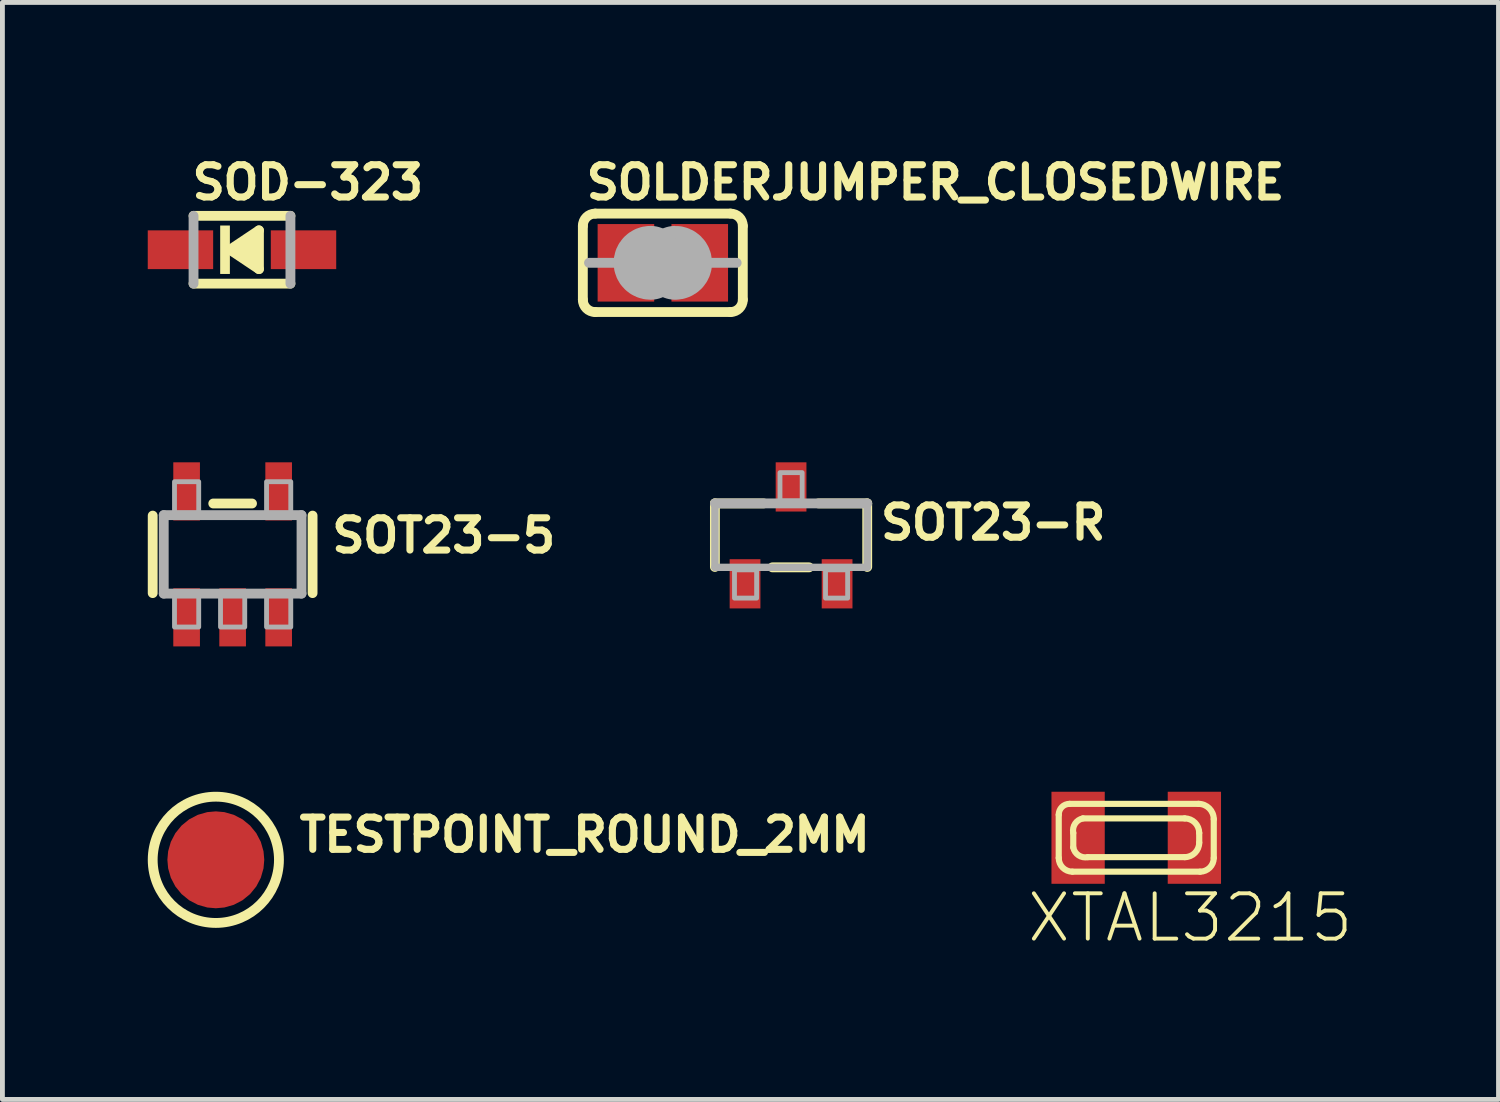
<source format=kicad_pcb>
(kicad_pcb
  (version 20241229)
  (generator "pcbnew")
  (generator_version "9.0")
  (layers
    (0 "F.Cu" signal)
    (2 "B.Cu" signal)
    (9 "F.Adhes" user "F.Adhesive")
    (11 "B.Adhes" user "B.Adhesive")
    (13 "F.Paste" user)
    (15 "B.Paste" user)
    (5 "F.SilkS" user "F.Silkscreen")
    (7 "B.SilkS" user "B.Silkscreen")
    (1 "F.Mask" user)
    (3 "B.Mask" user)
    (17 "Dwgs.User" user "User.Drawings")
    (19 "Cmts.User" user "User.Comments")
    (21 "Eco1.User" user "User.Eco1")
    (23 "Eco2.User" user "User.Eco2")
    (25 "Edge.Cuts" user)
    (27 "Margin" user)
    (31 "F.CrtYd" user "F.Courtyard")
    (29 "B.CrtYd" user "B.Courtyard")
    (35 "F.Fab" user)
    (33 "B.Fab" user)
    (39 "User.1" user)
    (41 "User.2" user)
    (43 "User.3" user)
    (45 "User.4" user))
  (footprint "SOD-323"
    (layer "F.Cu")
    (at 1.945 2.105)
    (property "Reference" "SOD-323" (at -1.1 -1 0) (unlocked yes) (layer "F.SilkS") (effects (font (size 0.666 0.666) (thickness 0.146)) (justify left bottom)))
    (fp_line (start -1 -0.7) (end 1 -0.7) (stroke (width 0.203) (type solid)) (layer "F.SilkS"))
    (fp_line (start -0.25 0) (end 0.35 -0.4) (stroke (width 0.203) (type solid)) (layer "F.SilkS"))
    (fp_line (start 0.35 -0.4) (end 0.35 0.4) (stroke (width 0.203) (type solid)) (layer "F.SilkS"))
    (fp_line (start 0.35 0.4) (end -0.25 0) (stroke (width 0.203) (type solid)) (layer "F.SilkS"))
    (fp_line (start 1 0.7) (end -1 0.7) (stroke (width 0.203) (type solid)) (layer "F.SilkS"))
    (fp_poly (pts (xy 0.302 0.39) (xy -0.283 0) (xy 0.302 -0.39)) (stroke (width 0) (type default)) (fill yes) (layer "F.SilkS"))
    (fp_poly (pts (xy -0.45 0.5) (xy -0.25 0.5) (xy -0.25 -0.5) (xy -0.45 -0.5)) (stroke (width 0) (type default)) (fill yes) (layer "F.SilkS"))
    (fp_line (start -1 0.7) (end -1 -0.7) (stroke (width 0.203) (type solid)) (layer "F.Fab"))
    (fp_line (start 1 -0.7) (end 1 0.7) (stroke (width 0.203) (type solid)) (layer "F.Fab"))
    (pad "A" smd rect (at 1.27 0) (size 1.35 0.8) (layers "F.Cu" "F.Mask" "F.Paste"))
    (pad "C" smd rect (at -1.27 0) (size 1.35 0.8) (layers "F.Cu" "F.Mask" "F.Paste")))
  (footprint "SOLDERJUMPER_CLOSEDWIRE"
    (layer "F.Cu")
    (at 10.632 2.375)
    (property "Reference" "SOLDERJUMPER_CLOSEDWIRE" (at -1.651 -1.27 0) (unlocked yes) (layer "F.SilkS") (effects (font (size 0.666 0.666) (thickness 0.146)) (justify left bottom)))
    (fp_poly (pts (xy 1.397 0.889) (xy -1.397 0.889) (xy -1.397 -0.889) (xy 1.397 -0.889)) (stroke (width 0) (type default)) (fill yes) (layer "F.Mask"))
    (fp_line (start -1.651 0.762) (end -1.651 -0.762) (stroke (width 0.203) (type solid)) (layer "F.SilkS"))
    (fp_line (start -1.397 -1.016) (end 1.397 -1.016) (stroke (width 0.203) (type solid)) (layer "F.SilkS"))
    (fp_line (start 1.397 1.016) (end -1.397 1.016) (stroke (width 0.203) (type solid)) (layer "F.SilkS"))
    (fp_line (start 1.651 0.762) (end 1.651 -0.762) (stroke (width 0.203) (type solid)) (layer "F.SilkS"))
    (fp_arc (start -1.651 -0.762) (mid -1.576605 -0.941605) (end -1.397 -1.016) (stroke (width 0.2032) (type solid)) (layer "F.SilkS"))
    (fp_arc (start -1.397 1.016) (mid -1.576605 0.941605) (end -1.651 0.762) (stroke (width 0.2032) (type solid)) (layer "F.SilkS"))
    (fp_arc (start 1.397 -1.016) (mid 1.576605 -0.941605) (end 1.651 -0.762) (stroke (width 0.2032) (type solid)) (layer "F.SilkS"))
    (fp_arc (start 1.651 0.762) (mid 1.576605 0.941605) (end 1.397 1.016) (stroke (width 0.2032) (type solid)) (layer "F.SilkS"))
    (fp_line (start -1.016 0) (end -1.524 0) (stroke (width 0.203) (type solid)) (layer "F.Fab"))
    (fp_line (start 1.016 0) (end 1.524 0) (stroke (width 0.203) (type solid)) (layer "F.Fab"))
    (fp_arc (start -0.254 0.127) (mid -0.381 0) (end -0.254 -0.127) (stroke (width 1.27) (type solid)) (layer "F.Fab"))
    (fp_arc (start 0.254 -0.127) (mid 0.381 0) (end 0.254 0.127) (stroke (width 1.27) (type solid)) (layer "F.Fab"))
    (pad "1" smd rect (at -0.762 0) (size 1.168 1.6) (layers "F.Cu" "F.Mask"))
    (pad "2" smd rect (at 0.762 0) (size 1.168 1.6) (layers "F.Cu" "F.Mask"))
    (pad "WIRE" smd rect (at 0 0) (size 0.635 0.203) (layers "F.Cu" "F.Mask")))
  (footprint "TESTPOINT_ROUND_2MM"
    (layer "F.Cu")
    (at 1.405 14.698)
    (property "Reference" "TESTPOINT_ROUND_2MM" (at 1.651 -0.127 0) (unlocked yes) (layer "F.SilkS") (effects (font (size 0.666 0.666) (thickness 0.146)) (justify left bottom)))
    (fp_circle (center 0 0) (end 1.303 0) (stroke (width 0.203) (type solid)) (fill no) (layer "F.SilkS"))
    (pad "P$1" smd roundrect (at 0 0) (size 2 2) (layers "F.Cu" "F.Mask") (roundrect_rratio 0.5)))
  (footprint "XTAL3215"
    (layer "F.Cu")
    (at 20.404 14.243)
    (property "Reference" "XTAL3215" (at -2.3 2.2 0) (unlocked yes) (layer "F.SilkS") (effects (font (size 0.935 0.935) (thickness 0.081)) (justify left bottom)))
    (fp_line (start -1.6 0.417) (end -1.6 -0.476) (stroke (width 0.127) (type solid)) (layer "F.SilkS"))
    (fp_line (start -1.376 -0.7) (end 1.284 -0.7) (stroke (width 0.127) (type solid)) (layer "F.SilkS"))
    (fp_line (start -1.3 0.2) (end -1.3 -0.1) (stroke (width 0.127) (type solid)) (layer "F.SilkS"))
    (fp_line (start -1.1 -0.4) (end 1 -0.4) (stroke (width 0.127) (type solid)) (layer "F.SilkS"))
    (fp_line (start 1 0.4) (end -1 0.4) (stroke (width 0.127) (type solid)) (layer "F.SilkS"))
    (fp_line (start 1.3 -0.1) (end 1.3 0.1) (stroke (width 0.127) (type solid)) (layer "F.SilkS"))
    (fp_line (start 1.317 0.7) (end -1.317 0.7) (stroke (width 0.127) (type solid)) (layer "F.SilkS"))
    (fp_line (start 1.6 -0.384) (end 1.6 0.417) (stroke (width 0.127) (type solid)) (layer "F.SilkS"))
    (fp_arc (start -1.6 -0.4764) (mid -1.534509 -0.634509) (end -1.3764 -0.7) (stroke (width 0.127) (type solid)) (layer "F.SilkS"))
    (fp_arc (start -1.3172 0.7) (mid -1.51717 0.61717) (end -1.6 0.4172) (stroke (width 0.127) (type solid)) (layer "F.SilkS"))
    (fp_arc (start -1.3 -0.1) (mid -1.262161 -0.291441) (end -1.099999 -0.399999) (stroke (width 0.127) (type solid)) (layer "F.SilkS"))
    (fp_arc (start -1 0.4) (mid -1.191422 0.362132) (end -1.300001 0.199999) (stroke (width 0.127) (type solid)) (layer "F.SilkS"))
    (fp_arc (start 1 -0.4) (mid 1.212103 -0.312103) (end 1.3 -0.1) (stroke (width 0.127) (type solid)) (layer "F.SilkS"))
    (fp_arc (start 1.2838 -0.7) (mid 1.507387 -0.607387) (end 1.6 -0.3838) (stroke (width 0.127) (type solid)) (layer "F.SilkS"))
    (fp_arc (start 1.3 0.1) (mid 1.212131 0.312132) (end 0.999999 0.399999) (stroke (width 0.127) (type solid)) (layer "F.SilkS"))
    (fp_arc (start 1.6 0.4172) (mid 1.51717 0.61717) (end 1.3172 0.7) (stroke (width 0.127) (type solid)) (layer "F.SilkS"))
    (pad "P$1" smd rect (at 1.2 0) (size 1.1 1.9) (layers "F.Cu" "F.Mask" "F.Paste"))
    (pad "P$2" smd rect (at -1.2 0 180) (size 1.1 1.9) (layers "F.Cu" "F.Mask" "F.Paste")))
  (footprint "SOT23-R"
    (layer "F.Cu")
    (at 13.279 8.001)
    (property "Reference" "SOT23-R" (at 1.778 0.127 0) (unlocked yes) (layer "F.SilkS") (effects (font (size 0.666 0.666) (thickness 0.146)) (justify left bottom)))
    (fp_line (start -1.572 -0.66) (end -0.564 -0.66) (stroke (width 0.203) (type solid)) (layer "F.SilkS"))
    (fp_line (start -1.572 0.652) (end -1.572 -0.66) (stroke (width 0.203) (type solid)) (layer "F.SilkS"))
    (fp_line (start 0.372 0.66) (end -0.386 0.66) (stroke (width 0.203) (type solid)) (layer "F.SilkS"))
    (fp_line (start 0.564 -0.66) (end 1.572 -0.66) (stroke (width 0.203) (type solid)) (layer "F.SilkS"))
    (fp_line (start 1.572 -0.66) (end 1.572 0.652) (stroke (width 0.203) (type solid)) (layer "F.SilkS"))
    (fp_line (start -1.572 -0.66) (end 1.572 -0.66) (stroke (width 0.203) (type solid)) (layer "F.Fab"))
    (fp_line (start -1.572 0.66) (end -1.572 -0.66) (stroke (width 0.152) (type solid)) (layer "F.Fab"))
    (fp_line (start 1.572 -0.66) (end 1.572 0.66) (stroke (width 0.152) (type solid)) (layer "F.Fab"))
    (fp_line (start 1.572 0.66) (end -1.572 0.66) (stroke (width 0.152) (type solid)) (layer "F.Fab"))
    (fp_poly (pts (xy -1.168 1.295) (xy -0.711 1.295) (xy -0.711 0.711) (xy -1.168 0.711)) (stroke (width 0.1) (type default)) (fill no) (layer "F.Fab"))
    (fp_poly (pts (xy -0.229 -0.711) (xy 0.229 -0.711) (xy 0.229 -1.295) (xy -0.229 -1.295)) (stroke (width 0.1) (type default)) (fill no) (layer "F.Fab"))
    (fp_poly (pts (xy 0.711 1.295) (xy 1.168 1.295) (xy 1.168 0.711) (xy 0.711 0.711)) (stroke (width 0.1) (type default)) (fill no) (layer "F.Fab"))
    (pad "1" smd rect (at -0.95 1) (size 0.635 1.016) (layers "F.Cu" "F.Mask" "F.Paste"))
    (pad "2" smd rect (at 0.95 1) (size 0.635 1.016) (layers "F.Cu" "F.Mask" "F.Paste"))
    (pad "3" smd rect (at 0 -1) (size 0.635 1.016) (layers "F.Cu" "F.Mask" "F.Paste")))
  (footprint "SOT23-5"
    (layer "F.Cu")
    (at 1.752 8.393)
    (property "Reference" "SOT23-5" (at 1.978 0 0) (unlocked yes) (layer "F.SilkS") (effects (font (size 0.666 0.666) (thickness 0.146)) (justify left bottom)))
    (fp_line (start -1.65 -0.8) (end -1.65 0.8) (stroke (width 0.203) (type solid)) (layer "F.SilkS"))
    (fp_line (start -0.4 -1.05) (end 0.4 -1.05) (stroke (width 0.203) (type solid)) (layer "F.SilkS"))
    (fp_line (start 1.65 -0.8) (end 1.65 0.8) (stroke (width 0.203) (type solid)) (layer "F.SilkS"))
    (fp_line (start -1.422 -0.81) (end 1.422 -0.81) (stroke (width 0.203) (type solid)) (layer "F.Fab"))
    (fp_line (start -1.422 0.81) (end -1.422 -0.81) (stroke (width 0.203) (type solid)) (layer "F.Fab"))
    (fp_line (start 1.422 -0.81) (end 1.422 0.81) (stroke (width 0.203) (type solid)) (layer "F.Fab"))
    (fp_line (start 1.422 0.81) (end -1.422 0.81) (stroke (width 0.203) (type solid)) (layer "F.Fab"))
    (fp_poly (pts (xy -1.2 -0.85) (xy -0.7 -0.85) (xy -0.7 -1.5) (xy -1.2 -1.5)) (stroke (width 0.1) (type default)) (fill no) (layer "F.Fab"))
    (fp_poly (pts (xy -1.2 1.5) (xy -0.7 1.5) (xy -0.7 0.85) (xy -1.2 0.85)) (stroke (width 0.1) (type default)) (fill no) (layer "F.Fab"))
    (fp_poly (pts (xy -0.25 1.5) (xy 0.25 1.5) (xy 0.25 0.85) (xy -0.25 0.85)) (stroke (width 0.1) (type default)) (fill no) (layer "F.Fab"))
    (fp_poly (pts (xy 0.7 -0.85) (xy 1.2 -0.85) (xy 1.2 -1.5) (xy 0.7 -1.5)) (stroke (width 0.1) (type default)) (fill no) (layer "F.Fab"))
    (fp_poly (pts (xy 0.7 1.5) (xy 1.2 1.5) (xy 1.2 0.85) (xy 0.7 0.85)) (stroke (width 0.1) (type default)) (fill no) (layer "F.Fab"))
    (pad "1" smd rect (at -0.95 1.3) (size 0.55 1.2) (layers "F.Cu" "F.Mask" "F.Paste"))
    (pad "2" smd rect (at 0 1.3) (size 0.55 1.2) (layers "F.Cu" "F.Mask" "F.Paste"))
    (pad "3" smd rect (at 0.95 1.3) (size 0.55 1.2) (layers "F.Cu" "F.Mask" "F.Paste"))
    (pad "4" smd rect (at 0.95 -1.3) (size 0.55 1.2) (layers "F.Cu" "F.Mask" "F.Paste"))
    (pad "5" smd rect (at -0.95 -1.3) (size 0.55 1.2) (layers "F.Cu" "F.Mask" "F.Paste")))
  (gr_rect
    (start -3 -3)
    (end 27.882 19.644)
    (stroke (width 0.1) (type default))
    (fill no)
    (layer "Edge.Cuts")))
</source>
